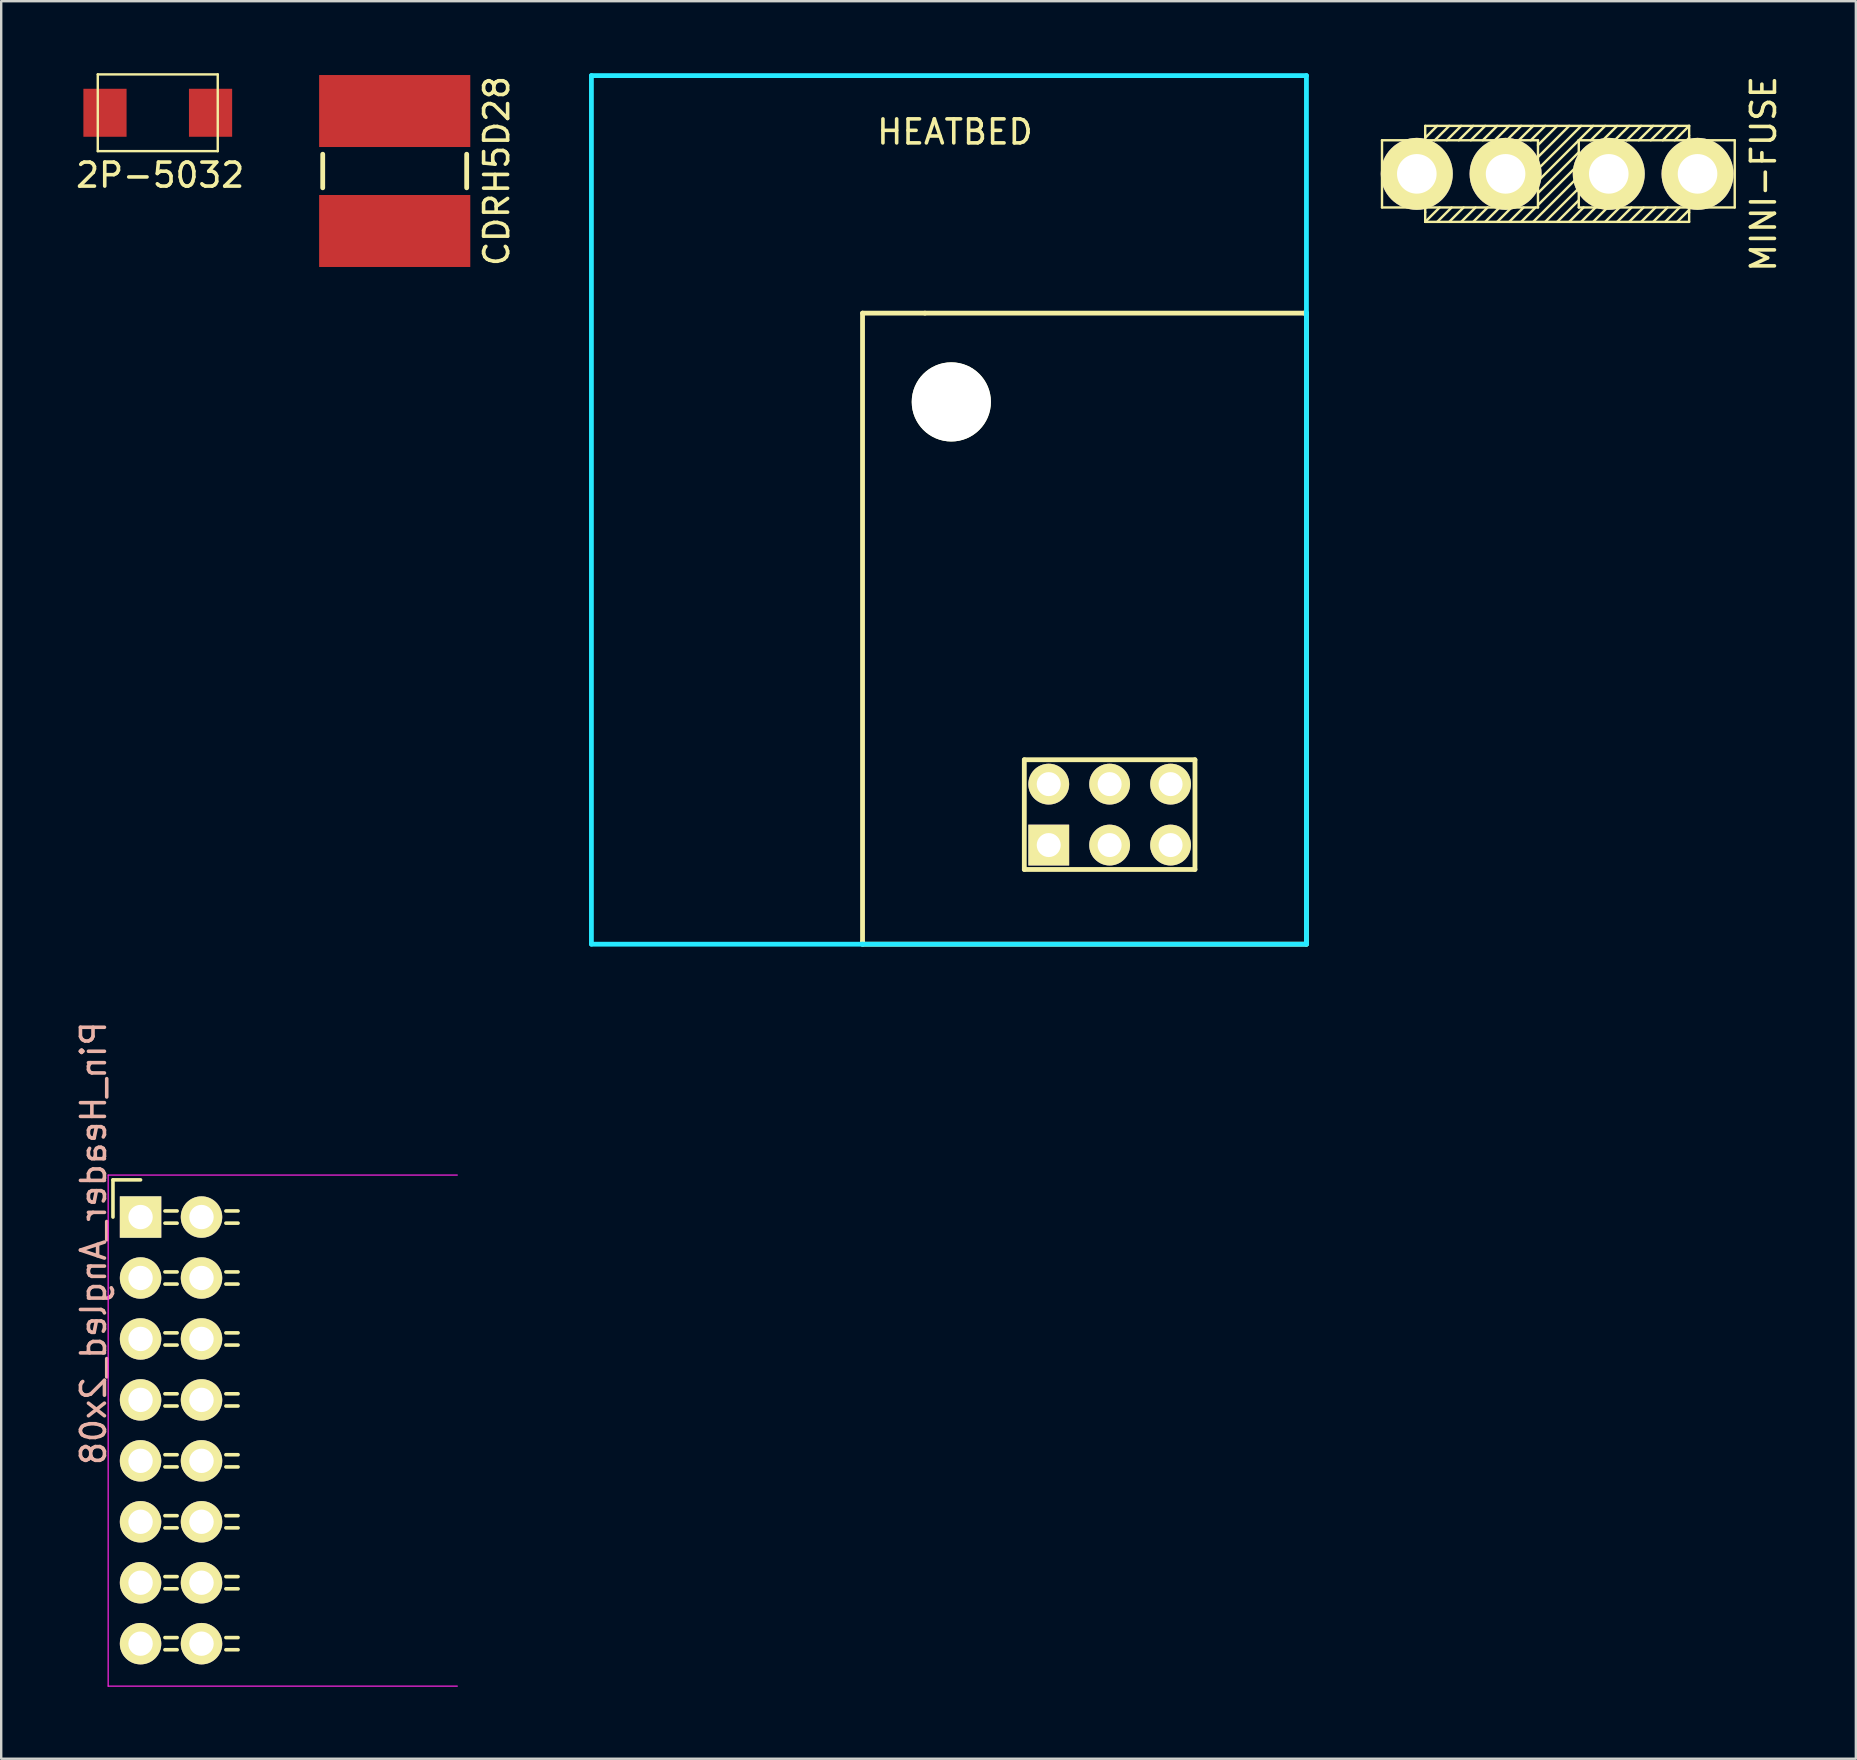
<source format=kicad_pcb>
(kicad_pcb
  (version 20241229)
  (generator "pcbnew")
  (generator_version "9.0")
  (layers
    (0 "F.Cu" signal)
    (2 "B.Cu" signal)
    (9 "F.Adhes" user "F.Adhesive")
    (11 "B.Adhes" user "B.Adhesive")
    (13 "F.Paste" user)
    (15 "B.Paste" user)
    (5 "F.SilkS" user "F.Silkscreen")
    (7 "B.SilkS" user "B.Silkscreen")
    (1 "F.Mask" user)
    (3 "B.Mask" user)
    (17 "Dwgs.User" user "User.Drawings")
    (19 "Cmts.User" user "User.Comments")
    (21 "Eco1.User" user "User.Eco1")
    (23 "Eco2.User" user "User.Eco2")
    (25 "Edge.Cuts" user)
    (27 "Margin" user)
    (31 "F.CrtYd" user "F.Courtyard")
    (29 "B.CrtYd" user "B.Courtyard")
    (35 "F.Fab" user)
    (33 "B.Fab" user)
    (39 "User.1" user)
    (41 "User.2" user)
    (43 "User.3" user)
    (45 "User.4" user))
  (footprint "HEATBED"
    (layer "F.Cu")
    (at 36.498 18.2)
    (property "Reference" "HEATBED" (at 0.25 -15.75 0) (layer "F.SilkS") (effects (font (size 1 1) (thickness 0.15))))
    (attr through_hole)
    (fp_line (start -3.6 -8.2) (end -3.6 18) (stroke (width 0.2) (type solid)) (layer "F.SilkS"))
    (fp_line (start -3.6 18.1) (end -3.6 18) (stroke (width 0.2) (type solid)) (layer "F.SilkS"))
    (fp_line (start -1 -8.2) (end -3.6 -8.2) (stroke (width 0.2) (type solid)) (layer "F.SilkS"))
    (fp_line (start 3.142 10.414) (end 10.254 10.414) (stroke (width 0.2) (type solid)) (layer "F.SilkS"))
    (fp_line (start 3.142 14.986) (end 3.142 10.414) (stroke (width 0.2) (type solid)) (layer "F.SilkS"))
    (fp_line (start 10.254 10.414) (end 10.254 14.986) (stroke (width 0.2) (type solid)) (layer "F.SilkS"))
    (fp_line (start 10.254 14.986) (end 3.142 14.986) (stroke (width 0.2) (type solid)) (layer "F.SilkS"))
    (fp_line (start 14.8 -8.2) (end -1 -8.2) (stroke (width 0.2) (type solid)) (layer "F.SilkS"))
    (fp_line (start 14.8 -8.2) (end 14.9 -8.2) (stroke (width 0.2) (type solid)) (layer "F.SilkS"))
    (fp_line (start 14.9 -8.2) (end 14.9 18.1) (stroke (width 0.2) (type solid)) (layer "F.SilkS"))
    (fp_line (start 14.9 18.1) (end -3.6 18.1) (stroke (width 0.2) (type solid)) (layer "F.SilkS"))
    (fp_line (start -14.9 -18.1) (end 14.9 -18.1) (stroke (width 0.2) (type solid)) (layer "B.CrtYd"))
    (fp_line (start -14.9 18.1) (end -14.9 -18.1) (stroke (width 0.2) (type solid)) (layer "B.CrtYd"))
    (fp_line (start -3.6 18.1) (end -14.9 18.1) (stroke (width 0.2) (type solid)) (layer "B.CrtYd"))
    (fp_line (start 14.9 -18.1) (end 14.9 -8.2) (stroke (width 0.2) (type solid)) (layer "B.CrtYd"))
    (fp_line (start 14.9 -8.2) (end 14.9 18.1) (stroke (width 0.2) (type solid)) (layer "B.CrtYd"))
    (fp_line (start 14.9 18.1) (end -3.6 18.1) (stroke (width 0.2) (type solid)) (layer "B.CrtYd"))
    (pad "" np_thru_hole circle (at 0.1 -4.5) (size 3.3 3.3) (drill 3.3) (layers "*.Cu" "*.Mask" "F.SilkS"))
    (pad "1" thru_hole rect (at 4.16 13.97) (size 1.7 1.7) (drill 1) (layers "*.Cu" "*.Mask" "F.SilkS"))
    (pad "2" thru_hole circle (at 4.16 11.43) (size 1.7 1.7) (drill 1) (layers "*.Cu" "*.Mask" "F.SilkS"))
    (pad "3" thru_hole circle (at 6.698 13.97) (size 1.7 1.7) (drill 1) (layers "*.Cu" "*.Mask" "F.SilkS"))
    (pad "4" thru_hole circle (at 6.698 11.43) (size 1.7 1.7) (drill 1) (layers "*.Cu" "*.Mask" "F.SilkS"))
    (pad "5" thru_hole circle (at 9.238 13.97) (size 1.7 1.7) (drill 1) (layers "*.Cu" "*.Mask" "F.SilkS"))
    (pad "6" thru_hole circle (at 9.238 11.43) (size 1.7 1.7) (drill 1) (layers "*.Cu" "*.Mask" "F.SilkS")))
  (footprint "2P-5032"
    (layer "F.Cu")
    (at 3.625 1.65)
    (property "Reference" "2P-5032" (at 0 2.6 0) (layer "F.SilkS") (effects (font (size 1 1) (thickness 0.15))))
    (attr through_hole)
    (fp_line (start -2.6 -1.6) (end 2.4 -1.6) (stroke (width 0.1) (type solid)) (layer "F.SilkS"))
    (fp_line (start -2.6 1.6) (end -2.6 -1.6) (stroke (width 0.1) (type solid)) (layer "F.SilkS"))
    (fp_line (start 2.4 -1.6) (end 2.4 1.6) (stroke (width 0.1) (type solid)) (layer "F.SilkS"))
    (fp_line (start 2.4 1.6) (end -2.6 1.6) (stroke (width 0.1) (type solid)) (layer "F.SilkS"))
    (pad "1" smd rect (at -2.3 0) (size 1.8 2) (layers "F.Cu" "F.Mask" "F.Paste"))
    (pad "2" smd rect (at 2.1 0) (size 1.8 2) (layers "F.Cu" "F.Mask" "F.Paste")))
  (footprint "CDRH5D28"
    (layer "F.Cu")
    (at 13.4 4.077)
    (property "Reference" "CDRH5D28" (at 4.25 0 90) (layer "F.SilkS") (effects (font (size 1 1) (thickness 0.15))))
    (attr through_hole)
    (fp_line (start -3 -0.7) (end -3 0.7) (stroke (width 0.2) (type solid)) (layer "F.SilkS"))
    (fp_line (start 3 -0.7) (end 3 0.7) (stroke (width 0.2) (type solid)) (layer "F.SilkS"))
    (pad "1" smd rect (at 0 2.5) (size 6.3 3) (layers "F.Cu" "F.Mask" "F.Paste"))
    (pad "2" smd rect (at 0 -2.5) (size 6.3 3) (layers "F.Cu" "F.Mask" "F.Paste")))
  (footprint "MINI-FUSE"
    (layer "F.Cu")
    (at 61.848 4.196)
    (property "Reference" "MINI-FUSE" (at 8.6 0 90) (layer "F.SilkS") (effects (font (size 1 1) (thickness 0.15))))
    (attr through_hole)
    (fp_line (start -7.3 -1.4) (end -0.8 -1.4) (stroke (width 0.1) (type solid)) (layer "F.SilkS"))
    (fp_line (start -7.3 1.4) (end -7.3 -1.4) (stroke (width 0.1) (type solid)) (layer "F.SilkS"))
    (fp_line (start -5.5 -2) (end 5.5 -2) (stroke (width 0.1) (type solid)) (layer "F.SilkS"))
    (fp_line (start -5.5 -1.6) (end -5.5 -2) (stroke (width 0.1) (type solid)) (layer "F.SilkS"))
    (fp_line (start -5.5 -1.6) (end -5.5 -1.4) (stroke (width 0.1) (type solid)) (layer "F.SilkS"))
    (fp_line (start -5.5 1.6) (end -5.5 1.4) (stroke (width 0.1) (type solid)) (layer "F.SilkS"))
    (fp_line (start -5.5 1.6) (end -5.5 2) (stroke (width 0.1) (type solid)) (layer "F.SilkS"))
    (fp_line (start -5.5 2) (end -4.9 1.4) (stroke (width 0.1) (type solid)) (layer "F.SilkS"))
    (fp_line (start -5.5 2) (end 5.5 2) (stroke (width 0.1) (type solid)) (layer "F.SilkS"))
    (fp_line (start -5 -2) (end -5.5 -1.5) (stroke (width 0.1) (type solid)) (layer "F.SilkS"))
    (fp_line (start -4.5 -2) (end -5.1 -1.4) (stroke (width 0.1) (type solid)) (layer "F.SilkS"))
    (fp_line (start -4.4 1.4) (end -5 2) (stroke (width 0.1) (type solid)) (layer "F.SilkS"))
    (fp_line (start -4 -2) (end -4.6 -1.4) (stroke (width 0.1) (type solid)) (layer "F.SilkS"))
    (fp_line (start -3.9 1.4) (end -4.5 2) (stroke (width 0.1) (type solid)) (layer "F.SilkS"))
    (fp_line (start -3.5 -2) (end -4.1 -1.4) (stroke (width 0.1) (type solid)) (layer "F.SilkS"))
    (fp_line (start -3.4 1.4) (end -4 2) (stroke (width 0.1) (type solid)) (layer "F.SilkS"))
    (fp_line (start -3 -2) (end -3.6 -1.4) (stroke (width 0.1) (type solid)) (layer "F.SilkS"))
    (fp_line (start -2.9 1.4) (end -3.5 2) (stroke (width 0.1) (type solid)) (layer "F.SilkS"))
    (fp_line (start -2.5 -2) (end -3.1 -1.4) (stroke (width 0.1) (type solid)) (layer "F.SilkS"))
    (fp_line (start -2.4 1.4) (end -3 2) (stroke (width 0.1) (type solid)) (layer "F.SilkS"))
    (fp_line (start -2 -2) (end -2.6 -1.4) (stroke (width 0.1) (type solid)) (layer "F.SilkS"))
    (fp_line (start -1.9 1.4) (end -2.5 2) (stroke (width 0.1) (type solid)) (layer "F.SilkS"))
    (fp_line (start -1.5 -2) (end -2.1 -1.4) (stroke (width 0.1) (type solid)) (layer "F.SilkS"))
    (fp_line (start -1.4 1.4) (end -2 2) (stroke (width 0.1) (type solid)) (layer "F.SilkS"))
    (fp_line (start -1 -2) (end -1.6 -1.4) (stroke (width 0.1) (type solid)) (layer "F.SilkS"))
    (fp_line (start -0.9 1.4) (end -1.5 2) (stroke (width 0.1) (type solid)) (layer "F.SilkS"))
    (fp_line (start -0.8 -1.4) (end -0.8 1.4) (stroke (width 0.1) (type solid)) (layer "F.SilkS"))
    (fp_line (start -0.8 0.8) (end 0.9 -0.9) (stroke (width 0.1) (type solid)) (layer "F.SilkS"))
    (fp_line (start -0.8 1.3) (end 0.9 -0.4) (stroke (width 0.1) (type solid)) (layer "F.SilkS"))
    (fp_line (start -0.8 1.4) (end -7.3 1.4) (stroke (width 0.1) (type solid)) (layer "F.SilkS"))
    (fp_line (start -0.5 -2) (end -1.1 -1.4) (stroke (width 0.1) (type solid)) (layer "F.SilkS"))
    (fp_line (start -0.5 2) (end 0.9 0.6) (stroke (width 0.1) (type solid)) (layer "F.SilkS"))
    (fp_line (start 0 -2) (end -0.8 -1.2) (stroke (width 0.1) (type solid)) (layer "F.SilkS"))
    (fp_line (start 0 2) (end 0.9 1.1) (stroke (width 0.1) (type solid)) (layer "F.SilkS"))
    (fp_line (start 0.5 -2) (end -0.8 -0.7) (stroke (width 0.1) (type solid)) (layer "F.SilkS"))
    (fp_line (start 0.5 2) (end 1.1 1.4) (stroke (width 0.1) (type solid)) (layer "F.SilkS"))
    (fp_line (start 0.9 -1.4) (end -0.8 0.3) (stroke (width 0.1) (type solid)) (layer "F.SilkS"))
    (fp_line (start 0.9 -1.4) (end 7.4 -1.4) (stroke (width 0.1) (type solid)) (layer "F.SilkS"))
    (fp_line (start 0.9 0.1) (end -1 2) (stroke (width 0.1) (type solid)) (layer "F.SilkS"))
    (fp_line (start 0.9 1.4) (end 0.9 -1.4) (stroke (width 0.1) (type solid)) (layer "F.SilkS"))
    (fp_line (start 1 -2) (end -0.8 -0.2) (stroke (width 0.1) (type solid)) (layer "F.SilkS"))
    (fp_line (start 1 2) (end 1.6 1.4) (stroke (width 0.1) (type solid)) (layer "F.SilkS"))
    (fp_line (start 1.5 -2) (end 0.9 -1.4) (stroke (width 0.1) (type solid)) (layer "F.SilkS"))
    (fp_line (start 2 -2) (end 1.4 -1.4) (stroke (width 0.1) (type solid)) (layer "F.SilkS"))
    (fp_line (start 2.1 1.4) (end 1.5 2) (stroke (width 0.1) (type solid)) (layer "F.SilkS"))
    (fp_line (start 2.5 -2) (end 1.9 -1.4) (stroke (width 0.1) (type solid)) (layer "F.SilkS"))
    (fp_line (start 2.6 1.4) (end 2 2) (stroke (width 0.1) (type solid)) (layer "F.SilkS"))
    (fp_line (start 3 -2) (end 2.4 -1.4) (stroke (width 0.1) (type solid)) (layer "F.SilkS"))
    (fp_line (start 3.1 1.4) (end 2.5 2) (stroke (width 0.1) (type solid)) (layer "F.SilkS"))
    (fp_line (start 3.5 -2) (end 2.9 -1.4) (stroke (width 0.1) (type solid)) (layer "F.SilkS"))
    (fp_line (start 3.6 1.4) (end 3 2) (stroke (width 0.1) (type solid)) (layer "F.SilkS"))
    (fp_line (start 4 -2) (end 3.4 -1.4) (stroke (width 0.1) (type solid)) (layer "F.SilkS"))
    (fp_line (start 4.1 1.4) (end 3.5 2) (stroke (width 0.1) (type solid)) (layer "F.SilkS"))
    (fp_line (start 4.5 -2) (end 3.9 -1.4) (stroke (width 0.1) (type solid)) (layer "F.SilkS"))
    (fp_line (start 4.6 1.4) (end 4 2) (stroke (width 0.1) (type solid)) (layer "F.SilkS"))
    (fp_line (start 4.9 -1.4) (end 5.5 -2) (stroke (width 0.1) (type solid)) (layer "F.SilkS"))
    (fp_line (start 5 -2) (end 4.4 -1.4) (stroke (width 0.1) (type solid)) (layer "F.SilkS"))
    (fp_line (start 5 2) (end 5.5 1.5) (stroke (width 0.1) (type solid)) (layer "F.SilkS"))
    (fp_line (start 5.1 1.4) (end 4.5 2) (stroke (width 0.1) (type solid)) (layer "F.SilkS"))
    (fp_line (start 5.4 -1.4) (end 5.5 -1.5) (stroke (width 0.1) (type solid)) (layer "F.SilkS"))
    (fp_line (start 5.5 -2) (end 5.5 -1.6) (stroke (width 0.1) (type solid)) (layer "F.SilkS"))
    (fp_line (start 5.5 -1.4) (end 5.5 -1.6) (stroke (width 0.1) (type solid)) (layer "F.SilkS"))
    (fp_line (start 5.5 1.6) (end 5.5 1.4) (stroke (width 0.1) (type solid)) (layer "F.SilkS"))
    (fp_line (start 5.5 2) (end 5.5 1.6) (stroke (width 0.1) (type solid)) (layer "F.SilkS"))
    (fp_line (start 7.4 -1.4) (end 7.4 1.4) (stroke (width 0.1) (type solid)) (layer "F.SilkS"))
    (fp_line (start 7.4 1.4) (end 0.9 1.4) (stroke (width 0.1) (type solid)) (layer "F.SilkS"))
    (pad "1" thru_hole circle (at -5.85 0) (size 3 3) (drill 1.65) (layers "*.Cu" "*.Mask" "F.SilkS"))
    (pad "1" thru_hole circle (at -2.15 0) (size 3 3) (drill 1.65) (layers "*.Cu" "*.Mask" "F.SilkS"))
    (pad "2" thru_hole circle (at 2.15 0) (size 3 3) (drill 1.65) (layers "*.Cu" "*.Mask" "F.SilkS"))
    (pad "2" thru_hole circle (at 5.85 0) (size 3 3) (drill 1.65) (layers "*.Cu" "*.Mask" "F.SilkS")))
  (footprint "Pin_Header_Angled_2x08"
    (layer "F.Cu")
    (at 2.808 47.673)
    (property "Reference" "Pin_Header_Angled_2x08" (at -1.96 1.09 90) (layer "B.SilkS") (effects (font (size 1 1) (thickness 0.15)) (justify mirror)))
    (attr through_hole)
    (fp_line (start -1.15 -1.55) (end -1.15 0) (stroke (width 0.15) (type solid)) (layer "F.SilkS"))
    (fp_line (start 0 -1.55) (end -1.15 -1.55) (stroke (width 0.15) (type solid)) (layer "F.SilkS"))
    (fp_line (start 1.524 -0.254) (end 1.016 -0.254) (stroke (width 0.15) (type solid)) (layer "F.SilkS"))
    (fp_line (start 1.524 0.254) (end 1.016 0.254) (stroke (width 0.15) (type solid)) (layer "F.SilkS"))
    (fp_line (start 1.524 2.286) (end 1.016 2.286) (stroke (width 0.15) (type solid)) (layer "F.SilkS"))
    (fp_line (start 1.524 2.794) (end 1.016 2.794) (stroke (width 0.15) (type solid)) (layer "F.SilkS"))
    (fp_line (start 1.524 4.826) (end 1.016 4.826) (stroke (width 0.15) (type solid)) (layer "F.SilkS"))
    (fp_line (start 1.524 5.334) (end 1.016 5.334) (stroke (width 0.15) (type solid)) (layer "F.SilkS"))
    (fp_line (start 1.524 7.366) (end 1.016 7.366) (stroke (width 0.15) (type solid)) (layer "F.SilkS"))
    (fp_line (start 1.524 7.874) (end 1.016 7.874) (stroke (width 0.15) (type solid)) (layer "F.SilkS"))
    (fp_line (start 1.524 9.906) (end 1.016 9.906) (stroke (width 0.15) (type solid)) (layer "F.SilkS"))
    (fp_line (start 1.524 10.414) (end 1.016 10.414) (stroke (width 0.15) (type solid)) (layer "F.SilkS"))
    (fp_line (start 1.524 12.446) (end 1.016 12.446) (stroke (width 0.15) (type solid)) (layer "F.SilkS"))
    (fp_line (start 1.524 12.954) (end 1.016 12.954) (stroke (width 0.15) (type solid)) (layer "F.SilkS"))
    (fp_line (start 1.524 14.986) (end 1.016 14.986) (stroke (width 0.15) (type solid)) (layer "F.SilkS"))
    (fp_line (start 1.524 15.494) (end 1.016 15.494) (stroke (width 0.15) (type solid)) (layer "F.SilkS"))
    (fp_line (start 1.524 17.526) (end 1.016 17.526) (stroke (width 0.15) (type solid)) (layer "F.SilkS"))
    (fp_line (start 1.524 18.034) (end 1.016 18.034) (stroke (width 0.15) (type solid)) (layer "F.SilkS"))
    (fp_line (start 4.064 -0.254) (end 3.556 -0.254) (stroke (width 0.15) (type solid)) (layer "F.SilkS"))
    (fp_line (start 4.064 0.254) (end 3.556 0.254) (stroke (width 0.15) (type solid)) (layer "F.SilkS"))
    (fp_line (start 4.064 2.286) (end 3.556 2.286) (stroke (width 0.15) (type solid)) (layer "F.SilkS"))
    (fp_line (start 4.064 2.794) (end 3.556 2.794) (stroke (width 0.15) (type solid)) (layer "F.SilkS"))
    (fp_line (start 4.064 4.826) (end 3.556 4.826) (stroke (width 0.15) (type solid)) (layer "F.SilkS"))
    (fp_line (start 4.064 5.334) (end 3.556 5.334) (stroke (width 0.15) (type solid)) (layer "F.SilkS"))
    (fp_line (start 4.064 7.366) (end 3.556 7.366) (stroke (width 0.15) (type solid)) (layer "F.SilkS"))
    (fp_line (start 4.064 7.874) (end 3.556 7.874) (stroke (width 0.15) (type solid)) (layer "F.SilkS"))
    (fp_line (start 4.064 9.906) (end 3.556 9.906) (stroke (width 0.15) (type solid)) (layer "F.SilkS"))
    (fp_line (start 4.064 10.414) (end 3.556 10.414) (stroke (width 0.15) (type solid)) (layer "F.SilkS"))
    (fp_line (start 4.064 12.446) (end 3.556 12.446) (stroke (width 0.15) (type solid)) (layer "F.SilkS"))
    (fp_line (start 4.064 12.954) (end 3.556 12.954) (stroke (width 0.15) (type solid)) (layer "F.SilkS"))
    (fp_line (start 4.064 14.986) (end 3.556 14.986) (stroke (width 0.15) (type solid)) (layer "F.SilkS"))
    (fp_line (start 4.064 15.494) (end 3.556 15.494) (stroke (width 0.15) (type solid)) (layer "F.SilkS"))
    (fp_line (start 4.064 17.526) (end 3.556 17.526) (stroke (width 0.15) (type solid)) (layer "F.SilkS"))
    (fp_line (start 4.064 18.034) (end 3.556 18.034) (stroke (width 0.15) (type solid)) (layer "F.SilkS"))
    (fp_line (start -1.35 -1.75) (end -1.35 19.55) (stroke (width 0.05) (type solid)) (layer "F.CrtYd"))
    (fp_line (start -1.35 -1.75) (end 13.2 -1.75) (stroke (width 0.05) (type solid)) (layer "F.CrtYd"))
    (fp_line (start -1.35 19.55) (end 13.2 19.55) (stroke (width 0.05) (type solid)) (layer "F.CrtYd"))
    (pad "1" thru_hole rect (at 0 0) (size 1.727 1.727) (drill 1.016) (layers "*.Cu" "*.Mask" "F.SilkS"))
    (pad "2" thru_hole oval (at 2.54 0) (size 1.727 1.727) (drill 1.016) (layers "*.Cu" "*.Mask" "F.SilkS"))
    (pad "3" thru_hole oval (at 0 2.54) (size 1.727 1.727) (drill 1.016) (layers "*.Cu" "*.Mask" "F.SilkS"))
    (pad "4" thru_hole oval (at 2.54 2.54) (size 1.727 1.727) (drill 1.016) (layers "*.Cu" "*.Mask" "F.SilkS"))
    (pad "5" thru_hole oval (at 0 5.08) (size 1.727 1.727) (drill 1.016) (layers "*.Cu" "*.Mask" "F.SilkS"))
    (pad "6" thru_hole oval (at 2.54 5.08) (size 1.727 1.727) (drill 1.016) (layers "*.Cu" "*.Mask" "F.SilkS"))
    (pad "7" thru_hole oval (at 0 7.62) (size 1.727 1.727) (drill 1.016) (layers "*.Cu" "*.Mask" "F.SilkS"))
    (pad "8" thru_hole oval (at 2.54 7.62) (size 1.727 1.727) (drill 1.016) (layers "*.Cu" "*.Mask" "F.SilkS"))
    (pad "9" thru_hole oval (at 0 10.16) (size 1.727 1.727) (drill 1.016) (layers "*.Cu" "*.Mask" "F.SilkS"))
    (pad "10" thru_hole oval (at 2.54 10.16) (size 1.727 1.727) (drill 1.016) (layers "*.Cu" "*.Mask" "F.SilkS"))
    (pad "11" thru_hole oval (at 0 12.7) (size 1.727 1.727) (drill 1.016) (layers "*.Cu" "*.Mask" "F.SilkS"))
    (pad "12" thru_hole oval (at 2.54 12.7) (size 1.727 1.727) (drill 1.016) (layers "*.Cu" "*.Mask" "F.SilkS"))
    (pad "13" thru_hole oval (at 0 15.24) (size 1.727 1.727) (drill 1.016) (layers "*.Cu" "*.Mask" "F.SilkS"))
    (pad "14" thru_hole oval (at 2.54 15.24) (size 1.727 1.727) (drill 1.016) (layers "*.Cu" "*.Mask" "F.SilkS"))
    (pad "15" thru_hole oval (at 0 17.78) (size 1.727 1.727) (drill 1.016) (layers "*.Cu" "*.Mask" "F.SilkS"))
    (pad "16" thru_hole oval (at 2.54 17.78) (size 1.727 1.727) (drill 1.016) (layers "*.Cu" "*.Mask" "F.SilkS")))
  (gr_rect
    (start -3 -3)
    (end 74.296 70.248)
    (stroke (width 0.1) (type default))
    (fill no)
    (layer "Edge.Cuts")))
</source>
